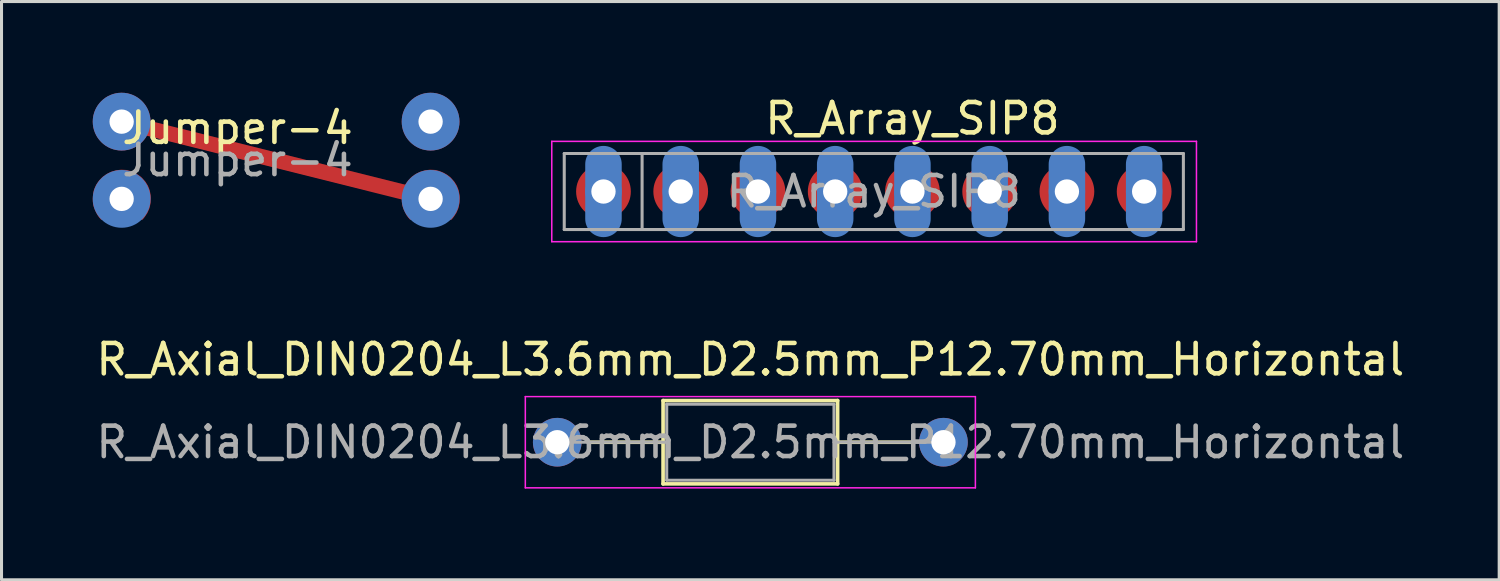
<source format=kicad_pcb>
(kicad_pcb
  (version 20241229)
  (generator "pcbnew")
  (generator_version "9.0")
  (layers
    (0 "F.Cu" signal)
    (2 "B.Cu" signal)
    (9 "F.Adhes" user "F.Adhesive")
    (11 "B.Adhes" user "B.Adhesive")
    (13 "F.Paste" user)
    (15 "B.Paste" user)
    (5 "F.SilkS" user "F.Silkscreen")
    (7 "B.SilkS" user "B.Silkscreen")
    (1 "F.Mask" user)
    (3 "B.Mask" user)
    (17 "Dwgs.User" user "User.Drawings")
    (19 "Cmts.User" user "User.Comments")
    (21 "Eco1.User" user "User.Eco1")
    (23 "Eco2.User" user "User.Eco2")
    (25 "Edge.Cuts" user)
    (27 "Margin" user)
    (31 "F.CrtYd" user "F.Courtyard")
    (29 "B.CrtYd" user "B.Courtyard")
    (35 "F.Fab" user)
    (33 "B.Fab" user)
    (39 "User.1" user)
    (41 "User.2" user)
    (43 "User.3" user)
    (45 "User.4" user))
  (footprint "R_Array_SIP8"
    (layer "F.Cu")
    (at 16.795 3.248)
    (property "Reference" "R_Array_SIP8" (at 10.16 -2.4 0) (layer "F.SilkS") (effects (font (size 1 1) (thickness 0.15))))
    (attr through_hole)
    (fp_line (start -1.7 -1.65) (end -1.7 1.65) (stroke (width 0.05) (type solid)) (layer "F.CrtYd"))
    (fp_line (start -1.7 1.65) (end 19.5 1.65) (stroke (width 0.05) (type solid)) (layer "F.CrtYd"))
    (fp_line (start 19.5 -1.65) (end -1.7 -1.65) (stroke (width 0.05) (type solid)) (layer "F.CrtYd"))
    (fp_line (start 19.5 1.65) (end 19.5 -1.65) (stroke (width 0.05) (type solid)) (layer "F.CrtYd"))
    (fp_line (start -1.29 -1.25) (end -1.29 1.25) (stroke (width 0.1) (type solid)) (layer "F.Fab"))
    (fp_line (start -1.29 1.25) (end 19.07 1.25) (stroke (width 0.1) (type solid)) (layer "F.Fab"))
    (fp_line (start 1.27 -1.25) (end 1.27 1.25) (stroke (width 0.1) (type solid)) (layer "F.Fab"))
    (fp_line (start 19.07 -1.25) (end -1.29 -1.25) (stroke (width 0.1) (type solid)) (layer "F.Fab"))
    (fp_line (start 19.07 1.25) (end 19.07 -1.25) (stroke (width 0.1) (type solid)) (layer "F.Fab"))
    (fp_text user "${REFERENCE}" (at 8.89 0 0) (layer "F.Fab") (effects (font (size 1 1) (thickness 0.15))))
    (pad "1" thru_hole circle (at 0 0) (size 1.2 1.2) (drill 0.8) (layers "*.Cu" "*.Mask"))
    (pad "1" smd circle (at 0 0 90) (size 1.8 1.8) (layers "F.Cu"))
    (pad "2" smd oval (at 0 0 90) (size 3 1.2) (layers "B.Cu"))
    (pad "2" thru_hole circle (at 2.54 0) (size 1.2 1.2) (drill 0.8) (layers "*.Cu" "*.Mask"))
    (pad "2" smd circle (at 2.54 0 90) (size 1.8 1.8) (layers "F.Cu"))
    (pad "2" smd oval (at 2.54 0 90) (size 3 1.2) (layers "B.Cu"))
    (pad "3" thru_hole circle (at 5.08 0) (size 1.2 1.2) (drill 0.8) (layers "*.Cu" "*.Mask"))
    (pad "3" smd circle (at 5.08 0 90) (size 1.8 1.8) (layers "F.Cu"))
    (pad "3" smd oval (at 5.08 0 90) (size 3 1.2) (layers "B.Cu"))
    (pad "4" thru_hole circle (at 7.62 0) (size 1.2 1.2) (drill 0.8) (layers "*.Cu" "*.Mask"))
    (pad "4" smd circle (at 7.62 0 90) (size 1.8 1.8) (layers "F.Cu"))
    (pad "4" smd oval (at 7.62 0 90) (size 3 1.2) (layers "B.Cu"))
    (pad "5" thru_hole circle (at 10.16 0) (size 1.2 1.2) (drill 0.8) (layers "*.Cu" "*.Mask"))
    (pad "5" smd circle (at 10.16 0 90) (size 1.8 1.8) (layers "F.Cu"))
    (pad "5" smd oval (at 10.16 0 90) (size 3 1.2) (layers "B.Cu"))
    (pad "6" thru_hole circle (at 12.7 0) (size 1.2 1.2) (drill 0.8) (layers "*.Cu" "*.Mask"))
    (pad "6" smd circle (at 12.7 0 90) (size 1.8 1.8) (layers "F.Cu"))
    (pad "6" smd oval (at 12.7 0 90) (size 3 1.2) (layers "B.Cu"))
    (pad "7" thru_hole circle (at 15.24 0) (size 1.2 1.2) (drill 0.8) (layers "*.Cu" "*.Mask"))
    (pad "7" smd circle (at 15.24 0 90) (size 1.8 1.8) (layers "F.Cu"))
    (pad "7" smd oval (at 15.24 0 90) (size 3 1.2) (layers "B.Cu"))
    (pad "8" thru_hole circle (at 17.78 0) (size 1.2 1.2) (drill 0.8) (layers "*.Cu" "*.Mask"))
    (pad "8" smd circle (at 17.78 0 90) (size 1.8 1.8) (layers "F.Cu"))
    (pad "8" smd oval (at 17.78 0 90) (size 3 1.2) (layers "B.Cu")))
  (footprint "Jumper-4"
    (layer "F.Cu")
    (at 0.95 3.49)
    (property "Reference" "Jumper-4" (at 3.81 -2.33 0) (layer "F.SilkS") (effects (font (size 1 1) (thickness 0.15))))
    (attr through_hole)
    (fp_line (start 0 -2.54) (end 10.16 0) (stroke (width 0.5) (type default)) (layer "F.Cu"))
    (fp_text user "${REFERENCE}" (at 3.81 -1.27 0) (layer "F.Fab") (effects (font (size 1 1) (thickness 0.15))))
    (pad "1" thru_hole oval (at 10.16 -2.54 180) (size 1.9 1.9) (drill 0.8) (layers "*.Cu" "*.Mask"))
    (pad "2" thru_hole oval (at 0 -2.54 180) (size 1.9 1.9) (drill 0.8) (layers "*.Cu" "*.Mask"))
    (pad "2" thru_hole circle (at 10.16 0 180) (size 1.1 1.1) (drill 0.8) (layers "*.Cu" "*.Mask"))
    (pad "2" smd custom (at 10.16 0 180) (size 1.1 1.1) (layers "F.Cu" "F.Mask") (options (anchor circle)) (primitives (gr_poly (pts (xy -0.149 0.946) (xy -0.173 0.942) (xy -0.291 0.911) (xy -0.415 0.86) (xy -0.533 0.794) (xy -0.634 0.72) (xy -0.661 0.695) (xy -0.776 0.566) (xy -0.861 0.43) (xy -0.918 0.285) (xy -0.949 0.125) (xy -0.955 0.043) (xy -0.948 -0.135) (xy -0.912 -0.301) (xy -0.846 -0.455) (xy -0.754 -0.595) (xy -0.688 -0.678) (xy 0.674 -0.678) (xy 0.733 -0.611) (xy 0.783 -0.541) (xy 0.834 -0.45) (xy 0.88 -0.351) (xy 0.915 -0.255) (xy 0.932 -0.19) (xy 0.943 -0.092) (xy 0.944 0.021) (xy 0.936 0.137) (xy 0.919 0.244) (xy 0.899 0.317) (xy 0.83 0.47) (xy 0.736 0.605) (xy 0.621 0.721) (xy 0.488 0.816) (xy 0.341 0.889) (xy 0.184 0.935) (xy 0.019 0.955) (xy -0.149 0.946)) (width 0.01) (fill yes))))
    (pad "2" smd circle (at 10.16 0 180) (size 1.9 1.9) (layers "B.Cu" "B.Mask"))
    (pad "4" thru_hole circle (at 0 0 180) (size 1.1 1.1) (drill 0.8) (layers "*.Cu" "*.Mask"))
    (pad "4" smd custom (at 0 0 180) (size 1.1 1.1) (layers "F.Cu" "F.Mask") (options (anchor circle)) (primitives (gr_poly (pts (xy -0.149 0.946) (xy -0.173 0.942) (xy -0.291 0.911) (xy -0.415 0.86) (xy -0.533 0.794) (xy -0.634 0.72) (xy -0.661 0.695) (xy -0.776 0.566) (xy -0.861 0.43) (xy -0.918 0.285) (xy -0.949 0.125) (xy -0.955 0.043) (xy -0.948 -0.135) (xy -0.912 -0.301) (xy -0.846 -0.455) (xy -0.754 -0.595) (xy -0.688 -0.678) (xy 0.674 -0.678) (xy 0.733 -0.611) (xy 0.783 -0.541) (xy 0.834 -0.45) (xy 0.88 -0.351) (xy 0.915 -0.255) (xy 0.932 -0.19) (xy 0.943 -0.092) (xy 0.944 0.021) (xy 0.936 0.137) (xy 0.919 0.244) (xy 0.899 0.317) (xy 0.83 0.47) (xy 0.736 0.605) (xy 0.621 0.721) (xy 0.488 0.816) (xy 0.341 0.889) (xy 0.184 0.935) (xy 0.019 0.955) (xy -0.149 0.946)) (width 0.01) (fill yes))))
    (pad "4" smd circle (at 0 0 180) (size 1.9 1.9) (layers "B.Cu" "B.Mask")))
  (footprint "R_Axial_DIN0204_L3.6mm_D2.5mm_P12.70mm_Horizontal"
    (layer "F.Cu")
    (at 15.275 11.492)
    (property "Reference" "R_Axial_DIN0204_L3.6mm_D2.5mm_P12.70mm_Horizontal" (at 6.35 -2.72 0) (layer "F.SilkS") (effects (font (size 1 1) (thickness 0.15))))
    (attr through_hole)
    (fp_line (start 1.04 0) (end 3.48 0) (stroke (width 0.12) (type solid)) (layer "F.SilkS"))
    (fp_line (start 3.48 -1.37) (end 3.48 1.37) (stroke (width 0.12) (type solid)) (layer "F.SilkS"))
    (fp_line (start 3.48 1.37) (end 9.22 1.37) (stroke (width 0.12) (type solid)) (layer "F.SilkS"))
    (fp_line (start 9.22 -1.37) (end 3.48 -1.37) (stroke (width 0.12) (type solid)) (layer "F.SilkS"))
    (fp_line (start 9.22 1.37) (end 9.22 -1.37) (stroke (width 0.12) (type solid)) (layer "F.SilkS"))
    (fp_line (start 11.66 0) (end 9.22 0) (stroke (width 0.12) (type solid)) (layer "F.SilkS"))
    (fp_line (start -1.05 -1.5) (end -1.05 1.5) (stroke (width 0.05) (type solid)) (layer "F.CrtYd"))
    (fp_line (start -1.05 1.5) (end 13.75 1.5) (stroke (width 0.05) (type solid)) (layer "F.CrtYd"))
    (fp_line (start 13.75 -1.5) (end -1.05 -1.5) (stroke (width 0.05) (type solid)) (layer "F.CrtYd"))
    (fp_line (start 13.75 1.5) (end 13.75 -1.5) (stroke (width 0.05) (type solid)) (layer "F.CrtYd"))
    (fp_line (start 0 0) (end 3.6 0) (stroke (width 0.1) (type solid)) (layer "F.Fab"))
    (fp_line (start 3.6 -1.25) (end 3.6 1.25) (stroke (width 0.1) (type solid)) (layer "F.Fab"))
    (fp_line (start 3.6 1.25) (end 9.1 1.25) (stroke (width 0.1) (type solid)) (layer "F.Fab"))
    (fp_line (start 9.1 -1.25) (end 3.6 -1.25) (stroke (width 0.1) (type solid)) (layer "F.Fab"))
    (fp_line (start 9.1 1.25) (end 9.1 -1.25) (stroke (width 0.1) (type solid)) (layer "F.Fab"))
    (fp_line (start 12.7 0) (end 9.1 0) (stroke (width 0.1) (type solid)) (layer "F.Fab"))
    (fp_text user "${REFERENCE}" (at 6.35 0 0) (layer "F.Fab") (effects (font (size 1 1) (thickness 0.15))))
    (pad "1" thru_hole oval (at 0 0) (size 1.6 1.6) (drill 0.8) (layers "*.Cu" "*.Mask"))
    (pad "2" thru_hole oval (at 12.7 0) (size 1.6 1.6) (drill 0.8) (layers "*.Cu" "*.Mask")))
  (gr_rect
    (start -3 -3)
    (end 46.25 16.017)
    (stroke (width 0.1) (type default))
    (fill no)
    (layer "Edge.Cuts")))
</source>
